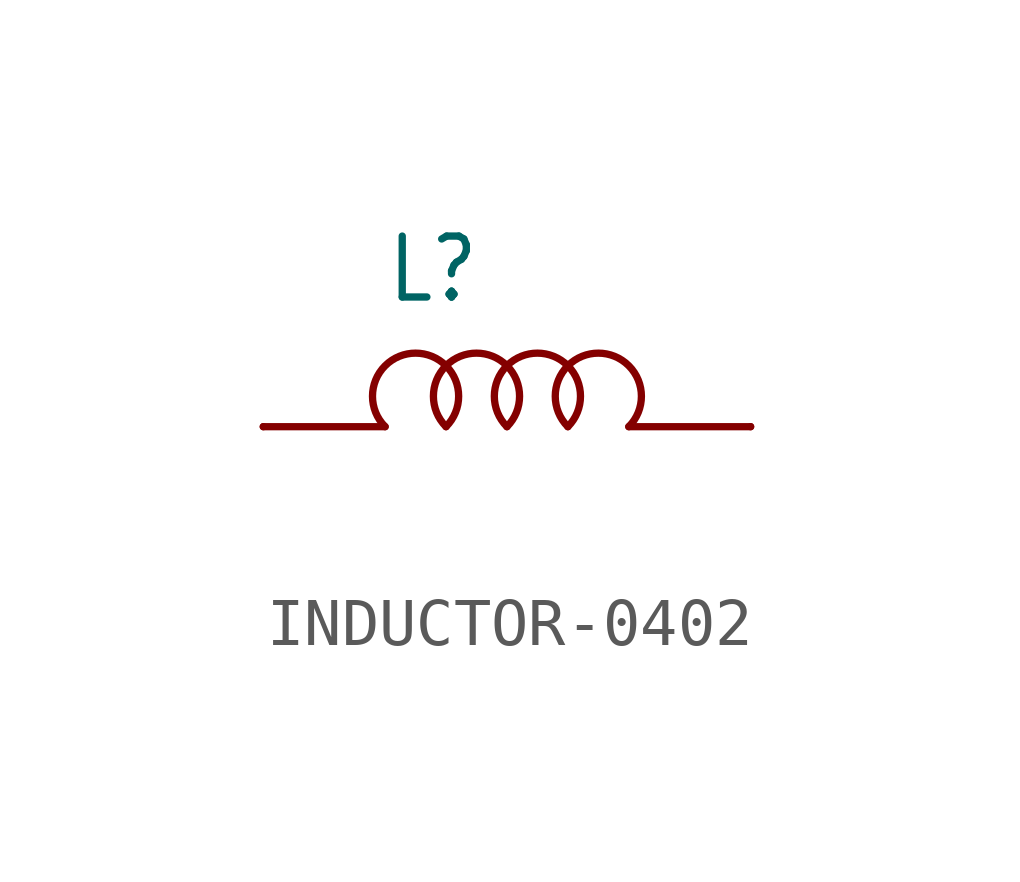
<source format=kicad_sym>
(kicad_symbol_lib
  (version 20231120)
  (generator "kicad_symbol_editor")
  (generator_version "8.0")
  (symbol "INDUCTOR-0402"
    (property "Reference" "L"
      (at -2.54 2.54 0)
      (effects (font (size 1.27 1.079)) (justify left bottom)))
    (property "Value" ""
      (at -2.54 -2.54 0)
      (effects (font (size 1.27 1.079)) (justify left bottom)))
    (property "ki_locked" ""
      (at 0 0 0)
      (effects (font (size 1.27 1.27))))
    (symbol "INDUCTOR-0402_1_0"
      (arc (start -1.2701 -0.0001) (mid -1.9049 1.5329) (end -2.54 0) (stroke (width 0.1524) (type solid)) (fill (type none)))
      (arc (start -0.0001 -0.0001) (mid -0.6349 1.5329) (end -1.27 0) (stroke (width 0.1524) (type solid)) (fill (type none)))
      (polyline (pts (xy -2.54 0) (xy -5.08 0)) (stroke (width 0.152) (type solid)) (fill (type none)))
      (polyline (pts (xy 2.54 0) (xy 5.08 0)) (stroke (width 0.152) (type solid)) (fill (type none)))
      (arc (start 1.2699 -0.0001) (mid 0.6351 1.5329) (end 0 0) (stroke (width 0.1524) (type solid)) (fill (type none)))
      (arc (start 2.5399 -0.0001) (mid 1.9051 1.5329) (end 1.27 0) (stroke (width 0.1524) (type solid)) (fill (type none)))
      (pin passive line (at -5.08 0 0) (length 0) (name "P$1" (effects (font (size 0 0)))) (number "1" (effects (font (size 0 0)))))
      (pin passive line (at 5.08 0 0) (length 0) (name "P$2" (effects (font (size 0 0)))) (number "2" (effects (font (size 0 0))))))))
</source>
